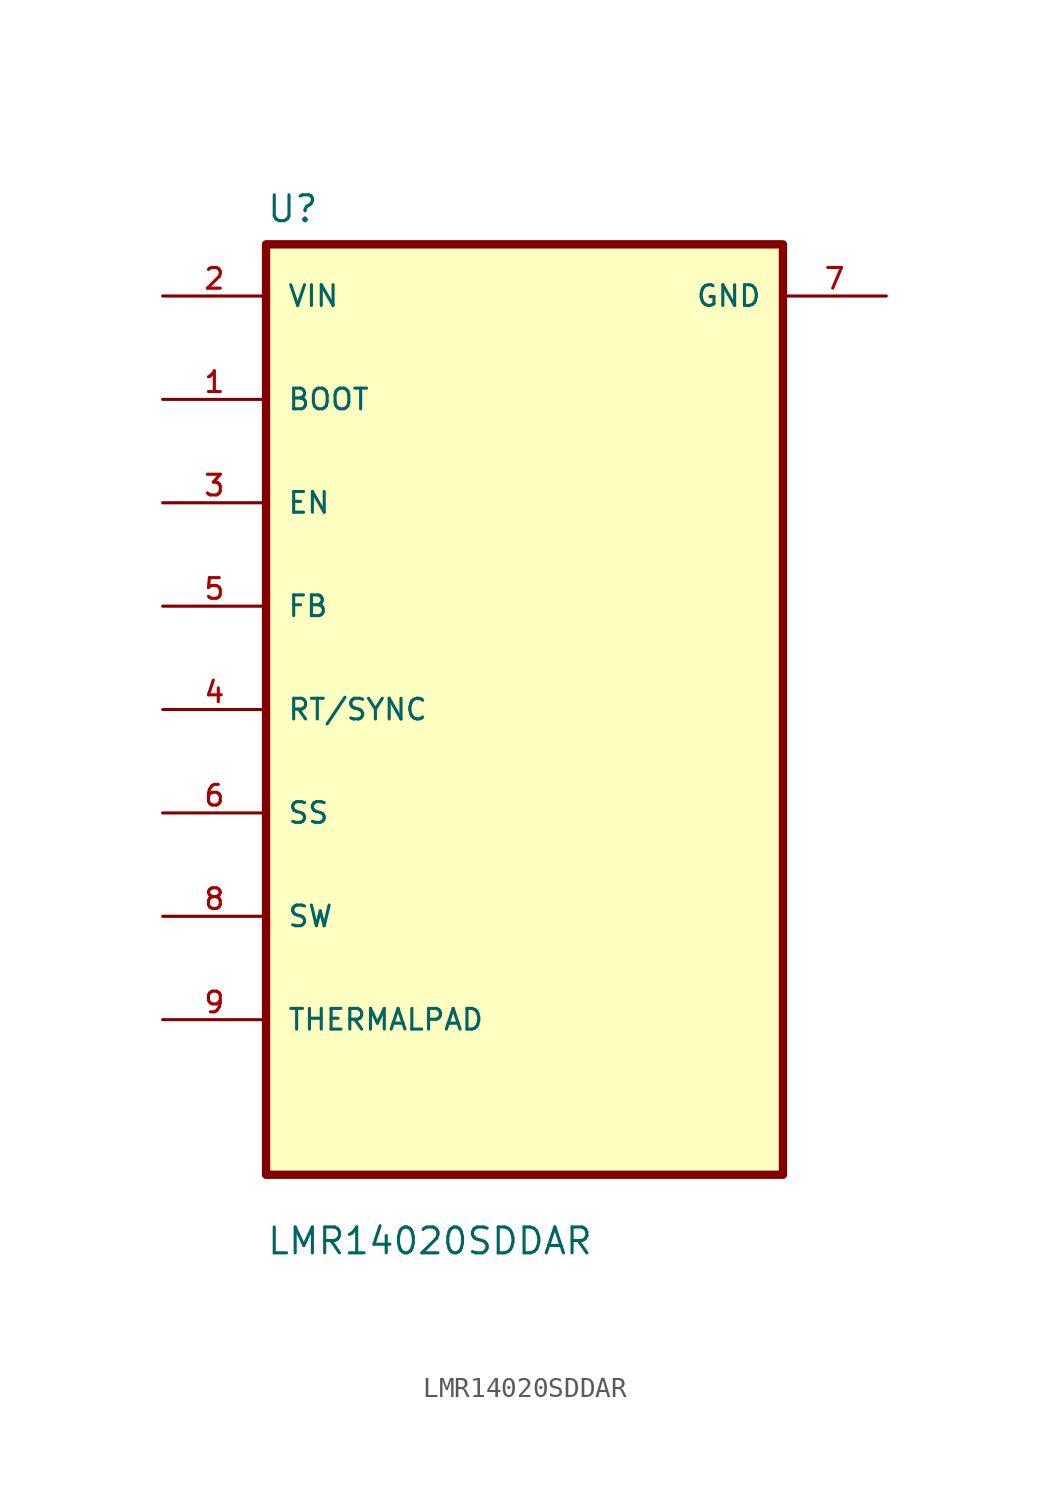
<source format=kicad_sym>
(kicad_symbol_lib
  (version 20211014)
  (generator kicad_symbol_editor)
  (symbol "LMR14020SDDAR"
    (pin_names
      (offset 1.016))
    (property "Reference" "U"
      (at -12.7 23.86 0.0)
      (effects (font (size 1.27 1.27)) (justify bottom left)))
    (property "Value" "LMR14020SDDAR"
      (at -12.7 -26.86 0.0)
      (effects (font (size 1.27 1.27)) (justify bottom left)))
    (symbol "LMR14020SDDAR_0_0"
      (rectangle (start -12.7 -22.86) (end 12.7 22.86) (stroke (width 0.41)) (fill (type background)))
      (pin input line (at -17.78 20.32 0) (length 5.08) (name "VIN" (effects (font (size 1.016 1.016)))) (number "2" (effects (font (size 1.016 1.016)))))
      (pin bidirectional line (at -17.78 15.24 0) (length 5.08) (name "BOOT" (effects (font (size 1.016 1.016)))) (number "1" (effects (font (size 1.016 1.016)))))
      (pin bidirectional line (at -17.78 10.16 0) (length 5.08) (name "EN" (effects (font (size 1.016 1.016)))) (number "3" (effects (font (size 1.016 1.016)))))
      (pin bidirectional line (at -17.78 5.08 0) (length 5.08) (name "FB" (effects (font (size 1.016 1.016)))) (number "5" (effects (font (size 1.016 1.016)))))
      (pin bidirectional line (at -17.78 3.55271e-15 0) (length 5.08) (name "RT/SYNC" (effects (font (size 1.016 1.016)))) (number "4" (effects (font (size 1.016 1.016)))))
      (pin bidirectional line (at -17.78 -5.08 0) (length 5.08) (name "SS" (effects (font (size 1.016 1.016)))) (number "6" (effects (font (size 1.016 1.016)))))
      (pin bidirectional line (at -17.78 -10.16 0) (length 5.08) (name "SW" (effects (font (size 1.016 1.016)))) (number "8" (effects (font (size 1.016 1.016)))))
      (pin bidirectional line (at -17.78 -15.24 0) (length 5.08) (name "THERMALPAD" (effects (font (size 1.016 1.016)))) (number "9" (effects (font (size 1.016 1.016)))))
      (pin power_in line (at 17.78 20.32 180.0) (length 5.08) (name "GND" (effects (font (size 1.016 1.016)))) (number "7" (effects (font (size 1.016 1.016))))))))
</source>
